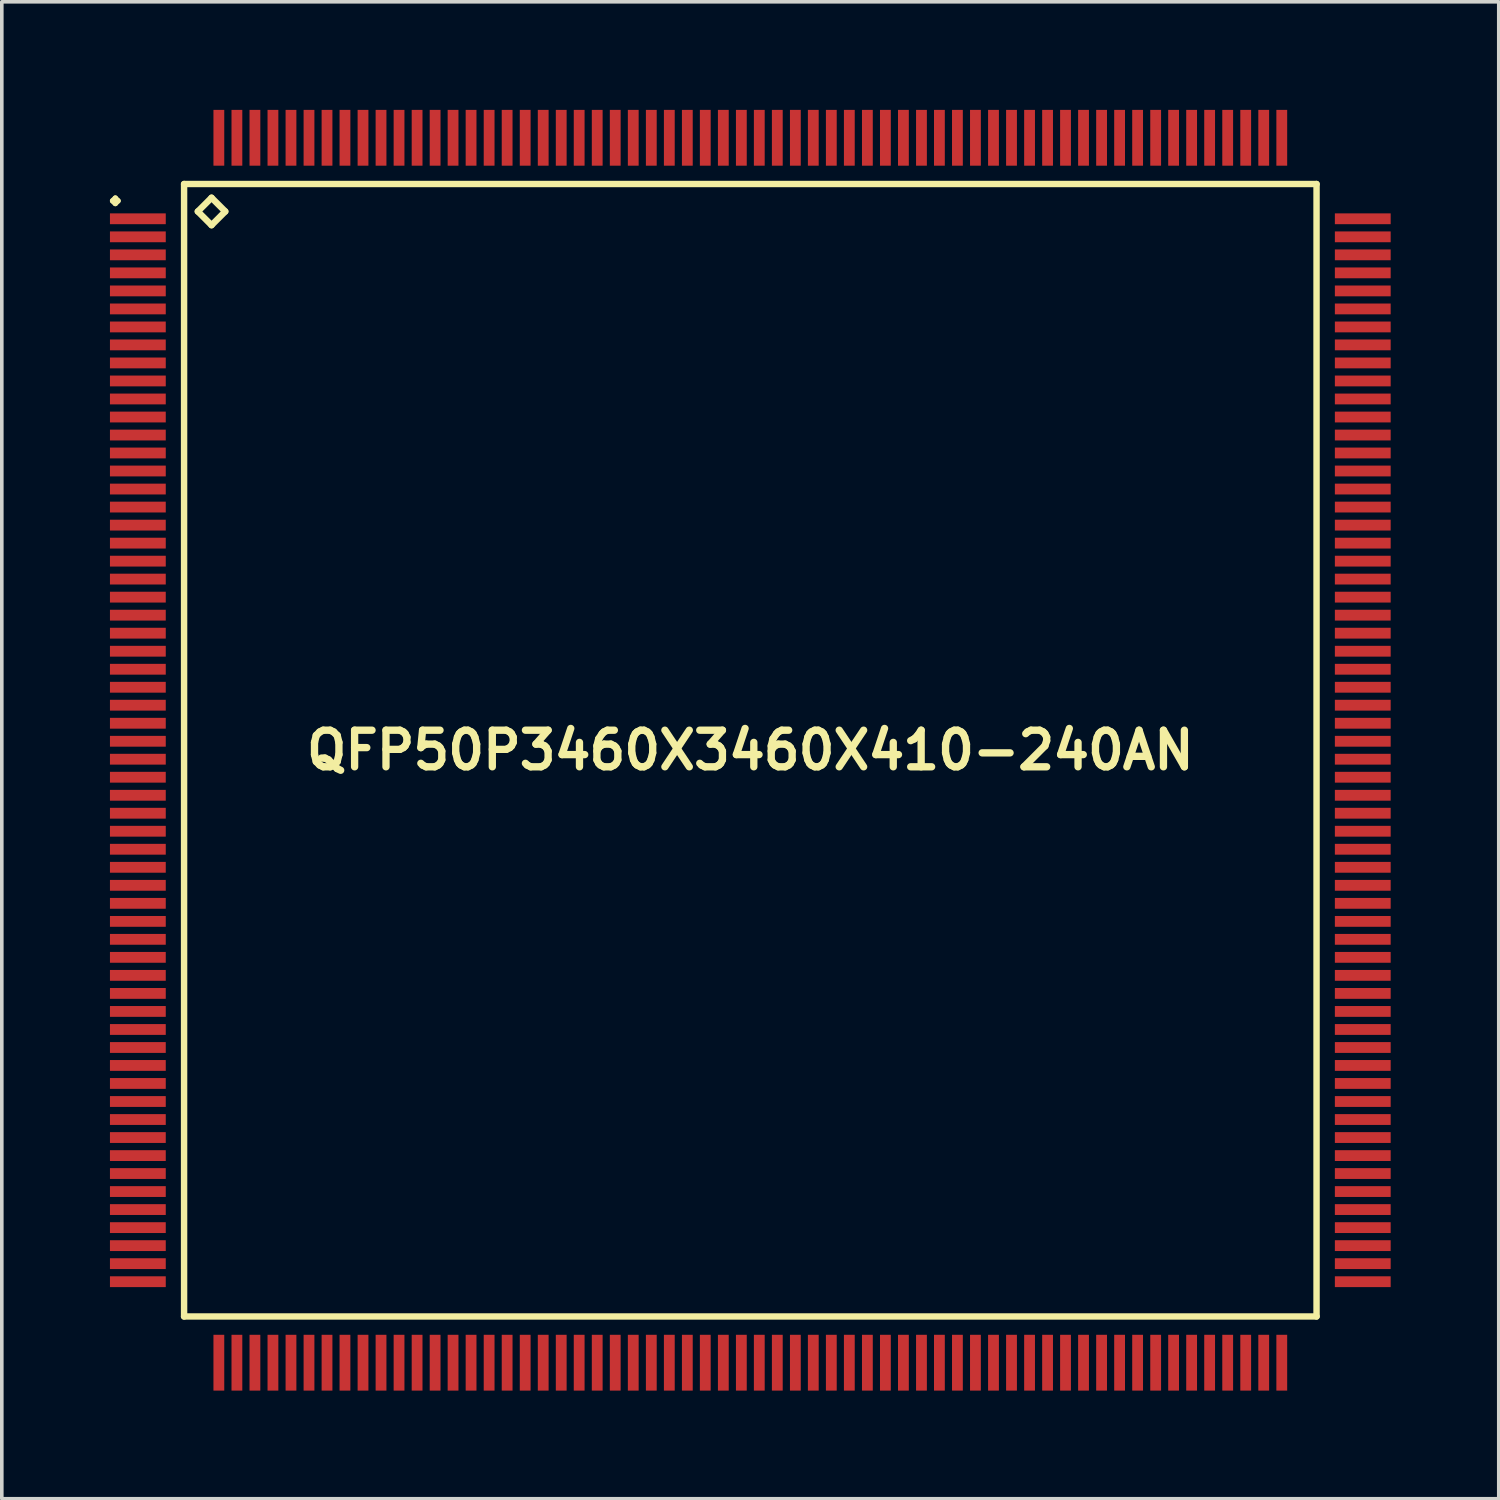
<source format=kicad_pcb>
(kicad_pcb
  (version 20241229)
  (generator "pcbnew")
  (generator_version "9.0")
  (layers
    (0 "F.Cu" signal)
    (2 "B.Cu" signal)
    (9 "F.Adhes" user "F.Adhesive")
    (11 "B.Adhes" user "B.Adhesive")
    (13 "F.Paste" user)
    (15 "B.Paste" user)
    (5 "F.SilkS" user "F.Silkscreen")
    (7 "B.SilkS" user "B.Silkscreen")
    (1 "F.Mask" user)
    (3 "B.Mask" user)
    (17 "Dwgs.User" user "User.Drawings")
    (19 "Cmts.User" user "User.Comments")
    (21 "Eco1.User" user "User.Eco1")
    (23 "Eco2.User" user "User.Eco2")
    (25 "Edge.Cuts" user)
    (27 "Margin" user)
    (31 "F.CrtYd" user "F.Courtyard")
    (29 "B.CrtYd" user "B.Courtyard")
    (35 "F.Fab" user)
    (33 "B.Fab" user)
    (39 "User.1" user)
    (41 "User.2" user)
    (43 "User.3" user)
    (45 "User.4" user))
  (footprint "QFP50P3460X3460X410-240AN"
    (layer "F.Cu")
    (at 17.774 17.772)
    (property "Reference" "QFP50P3460X3460X410-240AN" (at 0 0 0) (layer "F.SilkS") (effects (font (size 1.016 1.016) (thickness 0.203))))
    (attr smd)
    (fp_line (start -17.699 -15.248) (end -17.623 -15.324) (stroke (width 0.15) (type solid)) (layer "F.SilkS"))
    (fp_line (start -17.623 -15.324) (end -17.549 -15.248) (stroke (width 0.15) (type solid)) (layer "F.SilkS"))
    (fp_line (start -17.623 -15.174) (end -17.699 -15.248) (stroke (width 0.15) (type solid)) (layer "F.SilkS"))
    (fp_line (start -17.549 -15.248) (end -17.623 -15.174) (stroke (width 0.15) (type solid)) (layer "F.SilkS"))
    (fp_line (start -15.715 -15.715) (end -15.715 15.715) (stroke (width 0.178) (type solid)) (layer "F.SilkS"))
    (fp_line (start -15.715 15.715) (end 15.715 15.715) (stroke (width 0.178) (type solid)) (layer "F.SilkS"))
    (fp_line (start -15.334 -14.953) (end -14.953 -15.334) (stroke (width 0.178) (type solid)) (layer "F.SilkS"))
    (fp_line (start -14.953 -15.334) (end -14.572 -14.953) (stroke (width 0.178) (type solid)) (layer "F.SilkS"))
    (fp_line (start -14.953 -14.572) (end -15.334 -14.953) (stroke (width 0.178) (type solid)) (layer "F.SilkS"))
    (fp_line (start -14.572 -14.953) (end -14.953 -14.572) (stroke (width 0.178) (type solid)) (layer "F.SilkS"))
    (fp_line (start 15.715 -15.715) (end -15.715 -15.715) (stroke (width 0.178) (type solid)) (layer "F.SilkS"))
    (fp_line (start 15.715 15.715) (end 15.715 -15.715) (stroke (width 0.178) (type solid)) (layer "F.SilkS"))
    (pad "1" smd rect (at -16.998 -14.75) (size 1.549 0.3) (layers "F.Cu" "F.Mask" "F.Paste"))
    (pad "2" smd rect (at -16.998 -14.249) (size 1.549 0.3) (layers "F.Cu" "F.Mask" "F.Paste"))
    (pad "3" smd rect (at -16.998 -13.749) (size 1.549 0.3) (layers "F.Cu" "F.Mask" "F.Paste"))
    (pad "4" smd rect (at -16.998 -13.249) (size 1.549 0.3) (layers "F.Cu" "F.Mask" "F.Paste"))
    (pad "5" smd rect (at -16.998 -12.748) (size 1.549 0.3) (layers "F.Cu" "F.Mask" "F.Paste"))
    (pad "6" smd rect (at -16.998 -12.248) (size 1.549 0.3) (layers "F.Cu" "F.Mask" "F.Paste"))
    (pad "7" smd rect (at -16.998 -11.748) (size 1.549 0.3) (layers "F.Cu" "F.Mask" "F.Paste"))
    (pad "8" smd rect (at -16.998 -11.25) (size 1.549 0.3) (layers "F.Cu" "F.Mask" "F.Paste"))
    (pad "9" smd rect (at -16.998 -10.749) (size 1.549 0.3) (layers "F.Cu" "F.Mask" "F.Paste"))
    (pad "10" smd rect (at -16.998 -10.249) (size 1.549 0.3) (layers "F.Cu" "F.Mask" "F.Paste"))
    (pad "11" smd rect (at -16.998 -9.749) (size 1.549 0.3) (layers "F.Cu" "F.Mask" "F.Paste"))
    (pad "12" smd rect (at -16.998 -9.248) (size 1.549 0.3) (layers "F.Cu" "F.Mask" "F.Paste"))
    (pad "13" smd rect (at -16.998 -8.748) (size 1.549 0.3) (layers "F.Cu" "F.Mask" "F.Paste"))
    (pad "14" smd rect (at -16.998 -8.25) (size 1.549 0.3) (layers "F.Cu" "F.Mask" "F.Paste"))
    (pad "15" smd rect (at -16.998 -7.75) (size 1.549 0.3) (layers "F.Cu" "F.Mask" "F.Paste"))
    (pad "16" smd rect (at -16.998 -7.249) (size 1.549 0.3) (layers "F.Cu" "F.Mask" "F.Paste"))
    (pad "17" smd rect (at -16.998 -6.749) (size 1.549 0.3) (layers "F.Cu" "F.Mask" "F.Paste"))
    (pad "18" smd rect (at -16.998 -6.248) (size 1.549 0.3) (layers "F.Cu" "F.Mask" "F.Paste"))
    (pad "19" smd rect (at -16.998 -5.748) (size 1.549 0.3) (layers "F.Cu" "F.Mask" "F.Paste"))
    (pad "20" smd rect (at -16.998 -5.248) (size 1.549 0.3) (layers "F.Cu" "F.Mask" "F.Paste"))
    (pad "21" smd rect (at -16.998 -4.75) (size 1.549 0.3) (layers "F.Cu" "F.Mask" "F.Paste"))
    (pad "22" smd rect (at -16.998 -4.249) (size 1.549 0.3) (layers "F.Cu" "F.Mask" "F.Paste"))
    (pad "23" smd rect (at -16.998 -3.749) (size 1.549 0.3) (layers "F.Cu" "F.Mask" "F.Paste"))
    (pad "24" smd rect (at -16.998 -3.249) (size 1.549 0.3) (layers "F.Cu" "F.Mask" "F.Paste"))
    (pad "25" smd rect (at -16.998 -2.748) (size 1.549 0.3) (layers "F.Cu" "F.Mask" "F.Paste"))
    (pad "26" smd rect (at -16.998 -2.248) (size 1.549 0.3) (layers "F.Cu" "F.Mask" "F.Paste"))
    (pad "27" smd rect (at -16.998 -1.748) (size 1.549 0.3) (layers "F.Cu" "F.Mask" "F.Paste"))
    (pad "28" smd rect (at -16.998 -1.25) (size 1.549 0.3) (layers "F.Cu" "F.Mask" "F.Paste"))
    (pad "29" smd rect (at -16.998 -0.749) (size 1.549 0.3) (layers "F.Cu" "F.Mask" "F.Paste"))
    (pad "30" smd rect (at -16.998 -0.249) (size 1.549 0.3) (layers "F.Cu" "F.Mask" "F.Paste"))
    (pad "31" smd rect (at -16.998 0.249) (size 1.549 0.3) (layers "F.Cu" "F.Mask" "F.Paste"))
    (pad "32" smd rect (at -16.998 0.749) (size 1.549 0.3) (layers "F.Cu" "F.Mask" "F.Paste"))
    (pad "33" smd rect (at -16.998 1.25) (size 1.549 0.3) (layers "F.Cu" "F.Mask" "F.Paste"))
    (pad "34" smd rect (at -16.998 1.748) (size 1.549 0.3) (layers "F.Cu" "F.Mask" "F.Paste"))
    (pad "35" smd rect (at -16.998 2.248) (size 1.549 0.3) (layers "F.Cu" "F.Mask" "F.Paste"))
    (pad "36" smd rect (at -16.998 2.748) (size 1.549 0.3) (layers "F.Cu" "F.Mask" "F.Paste"))
    (pad "37" smd rect (at -16.998 3.249) (size 1.549 0.3) (layers "F.Cu" "F.Mask" "F.Paste"))
    (pad "38" smd rect (at -16.998 3.749) (size 1.549 0.3) (layers "F.Cu" "F.Mask" "F.Paste"))
    (pad "39" smd rect (at -16.998 4.249) (size 1.549 0.3) (layers "F.Cu" "F.Mask" "F.Paste"))
    (pad "40" smd rect (at -16.998 4.75) (size 1.549 0.3) (layers "F.Cu" "F.Mask" "F.Paste"))
    (pad "41" smd rect (at -16.998 5.248) (size 1.549 0.3) (layers "F.Cu" "F.Mask" "F.Paste"))
    (pad "42" smd rect (at -16.998 5.748) (size 1.549 0.3) (layers "F.Cu" "F.Mask" "F.Paste"))
    (pad "43" smd rect (at -16.998 6.248) (size 1.549 0.3) (layers "F.Cu" "F.Mask" "F.Paste"))
    (pad "44" smd rect (at -16.998 6.749) (size 1.549 0.3) (layers "F.Cu" "F.Mask" "F.Paste"))
    (pad "45" smd rect (at -16.998 7.249) (size 1.549 0.3) (layers "F.Cu" "F.Mask" "F.Paste"))
    (pad "46" smd rect (at -16.998 7.75) (size 1.549 0.3) (layers "F.Cu" "F.Mask" "F.Paste"))
    (pad "47" smd rect (at -16.998 8.25) (size 1.549 0.3) (layers "F.Cu" "F.Mask" "F.Paste"))
    (pad "48" smd rect (at -16.998 8.748) (size 1.549 0.3) (layers "F.Cu" "F.Mask" "F.Paste"))
    (pad "49" smd rect (at -16.998 9.248) (size 1.549 0.3) (layers "F.Cu" "F.Mask" "F.Paste"))
    (pad "50" smd rect (at -16.998 9.749) (size 1.549 0.3) (layers "F.Cu" "F.Mask" "F.Paste"))
    (pad "51" smd rect (at -16.998 10.249) (size 1.549 0.3) (layers "F.Cu" "F.Mask" "F.Paste"))
    (pad "52" smd rect (at -16.998 10.749) (size 1.549 0.3) (layers "F.Cu" "F.Mask" "F.Paste"))
    (pad "53" smd rect (at -16.998 11.25) (size 1.549 0.3) (layers "F.Cu" "F.Mask" "F.Paste"))
    (pad "54" smd rect (at -16.998 11.748) (size 1.549 0.3) (layers "F.Cu" "F.Mask" "F.Paste"))
    (pad "55" smd rect (at -16.998 12.248) (size 1.549 0.3) (layers "F.Cu" "F.Mask" "F.Paste"))
    (pad "56" smd rect (at -16.998 12.748) (size 1.549 0.3) (layers "F.Cu" "F.Mask" "F.Paste"))
    (pad "57" smd rect (at -16.998 13.249) (size 1.549 0.3) (layers "F.Cu" "F.Mask" "F.Paste"))
    (pad "58" smd rect (at -16.998 13.749) (size 1.549 0.3) (layers "F.Cu" "F.Mask" "F.Paste"))
    (pad "59" smd rect (at -16.998 14.249) (size 1.549 0.3) (layers "F.Cu" "F.Mask" "F.Paste"))
    (pad "60" smd rect (at -16.998 14.75) (size 1.549 0.3) (layers "F.Cu" "F.Mask" "F.Paste"))
    (pad "61" smd rect (at -14.75 16.998) (size 0.3 1.549) (layers "F.Cu" "F.Mask" "F.Paste"))
    (pad "62" smd rect (at -14.249 16.998) (size 0.3 1.549) (layers "F.Cu" "F.Mask" "F.Paste"))
    (pad "63" smd rect (at -13.749 16.998) (size 0.3 1.549) (layers "F.Cu" "F.Mask" "F.Paste"))
    (pad "64" smd rect (at -13.249 16.998) (size 0.3 1.549) (layers "F.Cu" "F.Mask" "F.Paste"))
    (pad "65" smd rect (at -12.748 16.998) (size 0.3 1.549) (layers "F.Cu" "F.Mask" "F.Paste"))
    (pad "66" smd rect (at -12.248 16.998) (size 0.3 1.549) (layers "F.Cu" "F.Mask" "F.Paste"))
    (pad "67" smd rect (at -11.748 16.998) (size 0.3 1.549) (layers "F.Cu" "F.Mask" "F.Paste"))
    (pad "68" smd rect (at -11.25 16.998) (size 0.3 1.549) (layers "F.Cu" "F.Mask" "F.Paste"))
    (pad "69" smd rect (at -10.749 16.998) (size 0.3 1.549) (layers "F.Cu" "F.Mask" "F.Paste"))
    (pad "70" smd rect (at -10.249 16.998) (size 0.3 1.549) (layers "F.Cu" "F.Mask" "F.Paste"))
    (pad "71" smd rect (at -9.749 16.998) (size 0.3 1.549) (layers "F.Cu" "F.Mask" "F.Paste"))
    (pad "72" smd rect (at -9.248 16.998) (size 0.3 1.549) (layers "F.Cu" "F.Mask" "F.Paste"))
    (pad "73" smd rect (at -8.748 16.998) (size 0.3 1.549) (layers "F.Cu" "F.Mask" "F.Paste"))
    (pad "74" smd rect (at -8.25 16.998) (size 0.3 1.549) (layers "F.Cu" "F.Mask" "F.Paste"))
    (pad "75" smd rect (at -7.75 16.998) (size 0.3 1.549) (layers "F.Cu" "F.Mask" "F.Paste"))
    (pad "76" smd rect (at -7.249 16.998) (size 0.3 1.549) (layers "F.Cu" "F.Mask" "F.Paste"))
    (pad "77" smd rect (at -6.749 16.998) (size 0.3 1.549) (layers "F.Cu" "F.Mask" "F.Paste"))
    (pad "78" smd rect (at -6.248 16.998) (size 0.3 1.549) (layers "F.Cu" "F.Mask" "F.Paste"))
    (pad "79" smd rect (at -5.748 16.998) (size 0.3 1.549) (layers "F.Cu" "F.Mask" "F.Paste"))
    (pad "80" smd rect (at -5.248 16.998) (size 0.3 1.549) (layers "F.Cu" "F.Mask" "F.Paste"))
    (pad "81" smd rect (at -4.75 16.998) (size 0.3 1.549) (layers "F.Cu" "F.Mask" "F.Paste"))
    (pad "82" smd rect (at -4.249 16.998) (size 0.3 1.549) (layers "F.Cu" "F.Mask" "F.Paste"))
    (pad "83" smd rect (at -3.749 16.998) (size 0.3 1.549) (layers "F.Cu" "F.Mask" "F.Paste"))
    (pad "84" smd rect (at -3.249 16.998) (size 0.3 1.549) (layers "F.Cu" "F.Mask" "F.Paste"))
    (pad "85" smd rect (at -2.748 16.998) (size 0.3 1.549) (layers "F.Cu" "F.Mask" "F.Paste"))
    (pad "86" smd rect (at -2.248 16.998) (size 0.3 1.549) (layers "F.Cu" "F.Mask" "F.Paste"))
    (pad "87" smd rect (at -1.748 16.998) (size 0.3 1.549) (layers "F.Cu" "F.Mask" "F.Paste"))
    (pad "88" smd rect (at -1.25 16.998) (size 0.3 1.549) (layers "F.Cu" "F.Mask" "F.Paste"))
    (pad "89" smd rect (at -0.749 16.998) (size 0.3 1.549) (layers "F.Cu" "F.Mask" "F.Paste"))
    (pad "90" smd rect (at -0.249 16.998) (size 0.3 1.549) (layers "F.Cu" "F.Mask" "F.Paste"))
    (pad "91" smd rect (at 0.249 16.998) (size 0.3 1.549) (layers "F.Cu" "F.Mask" "F.Paste"))
    (pad "92" smd rect (at 0.749 16.998) (size 0.3 1.549) (layers "F.Cu" "F.Mask" "F.Paste"))
    (pad "93" smd rect (at 1.25 16.998) (size 0.3 1.549) (layers "F.Cu" "F.Mask" "F.Paste"))
    (pad "94" smd rect (at 1.748 16.998) (size 0.3 1.549) (layers "F.Cu" "F.Mask" "F.Paste"))
    (pad "95" smd rect (at 2.248 16.998) (size 0.3 1.549) (layers "F.Cu" "F.Mask" "F.Paste"))
    (pad "96" smd rect (at 2.748 16.998) (size 0.3 1.549) (layers "F.Cu" "F.Mask" "F.Paste"))
    (pad "97" smd rect (at 3.249 16.998) (size 0.3 1.549) (layers "F.Cu" "F.Mask" "F.Paste"))
    (pad "98" smd rect (at 3.749 16.998) (size 0.3 1.549) (layers "F.Cu" "F.Mask" "F.Paste"))
    (pad "99" smd rect (at 4.249 16.998) (size 0.3 1.549) (layers "F.Cu" "F.Mask" "F.Paste"))
    (pad "100" smd rect (at 4.75 16.998) (size 0.3 1.549) (layers "F.Cu" "F.Mask" "F.Paste"))
    (pad "101" smd rect (at 5.248 16.998) (size 0.3 1.549) (layers "F.Cu" "F.Mask" "F.Paste"))
    (pad "102" smd rect (at 5.748 16.998) (size 0.3 1.549) (layers "F.Cu" "F.Mask" "F.Paste"))
    (pad "103" smd rect (at 6.248 16.998) (size 0.3 1.549) (layers "F.Cu" "F.Mask" "F.Paste"))
    (pad "104" smd rect (at 6.749 16.998) (size 0.3 1.549) (layers "F.Cu" "F.Mask" "F.Paste"))
    (pad "105" smd rect (at 7.249 16.998) (size 0.3 1.549) (layers "F.Cu" "F.Mask" "F.Paste"))
    (pad "106" smd rect (at 7.75 16.998) (size 0.3 1.549) (layers "F.Cu" "F.Mask" "F.Paste"))
    (pad "107" smd rect (at 8.25 16.998) (size 0.3 1.549) (layers "F.Cu" "F.Mask" "F.Paste"))
    (pad "108" smd rect (at 8.748 16.998) (size 0.3 1.549) (layers "F.Cu" "F.Mask" "F.Paste"))
    (pad "109" smd rect (at 9.248 16.998) (size 0.3 1.549) (layers "F.Cu" "F.Mask" "F.Paste"))
    (pad "110" smd rect (at 9.749 16.998) (size 0.3 1.549) (layers "F.Cu" "F.Mask" "F.Paste"))
    (pad "111" smd rect (at 10.249 16.998) (size 0.3 1.549) (layers "F.Cu" "F.Mask" "F.Paste"))
    (pad "112" smd rect (at 10.749 16.998) (size 0.3 1.549) (layers "F.Cu" "F.Mask" "F.Paste"))
    (pad "113" smd rect (at 11.25 16.998) (size 0.3 1.549) (layers "F.Cu" "F.Mask" "F.Paste"))
    (pad "114" smd rect (at 11.748 16.998) (size 0.3 1.549) (layers "F.Cu" "F.Mask" "F.Paste"))
    (pad "115" smd rect (at 12.248 16.998) (size 0.3 1.549) (layers "F.Cu" "F.Mask" "F.Paste"))
    (pad "116" smd rect (at 12.748 16.998) (size 0.3 1.549) (layers "F.Cu" "F.Mask" "F.Paste"))
    (pad "117" smd rect (at 13.249 16.998) (size 0.3 1.549) (layers "F.Cu" "F.Mask" "F.Paste"))
    (pad "118" smd rect (at 13.749 16.998) (size 0.3 1.549) (layers "F.Cu" "F.Mask" "F.Paste"))
    (pad "119" smd rect (at 14.249 16.998) (size 0.3 1.549) (layers "F.Cu" "F.Mask" "F.Paste"))
    (pad "120" smd rect (at 14.75 16.998) (size 0.3 1.549) (layers "F.Cu" "F.Mask" "F.Paste"))
    (pad "121" smd rect (at 16.998 14.75) (size 1.549 0.3) (layers "F.Cu" "F.Mask" "F.Paste"))
    (pad "122" smd rect (at 16.998 14.249) (size 1.549 0.3) (layers "F.Cu" "F.Mask" "F.Paste"))
    (pad "123" smd rect (at 16.998 13.749) (size 1.549 0.3) (layers "F.Cu" "F.Mask" "F.Paste"))
    (pad "124" smd rect (at 16.998 13.249) (size 1.549 0.3) (layers "F.Cu" "F.Mask" "F.Paste"))
    (pad "125" smd rect (at 16.998 12.748) (size 1.549 0.3) (layers "F.Cu" "F.Mask" "F.Paste"))
    (pad "126" smd rect (at 16.998 12.248) (size 1.549 0.3) (layers "F.Cu" "F.Mask" "F.Paste"))
    (pad "127" smd rect (at 16.998 11.748) (size 1.549 0.3) (layers "F.Cu" "F.Mask" "F.Paste"))
    (pad "128" smd rect (at 16.998 11.25) (size 1.549 0.3) (layers "F.Cu" "F.Mask" "F.Paste"))
    (pad "129" smd rect (at 16.998 10.749) (size 1.549 0.3) (layers "F.Cu" "F.Mask" "F.Paste"))
    (pad "130" smd rect (at 16.998 10.249) (size 1.549 0.3) (layers "F.Cu" "F.Mask" "F.Paste"))
    (pad "131" smd rect (at 16.998 9.749) (size 1.549 0.3) (layers "F.Cu" "F.Mask" "F.Paste"))
    (pad "132" smd rect (at 16.998 9.248) (size 1.549 0.3) (layers "F.Cu" "F.Mask" "F.Paste"))
    (pad "133" smd rect (at 16.998 8.748) (size 1.549 0.3) (layers "F.Cu" "F.Mask" "F.Paste"))
    (pad "134" smd rect (at 16.998 8.25) (size 1.549 0.3) (layers "F.Cu" "F.Mask" "F.Paste"))
    (pad "135" smd rect (at 16.998 7.75) (size 1.549 0.3) (layers "F.Cu" "F.Mask" "F.Paste"))
    (pad "136" smd rect (at 16.998 7.249) (size 1.549 0.3) (layers "F.Cu" "F.Mask" "F.Paste"))
    (pad "137" smd rect (at 16.998 6.749) (size 1.549 0.3) (layers "F.Cu" "F.Mask" "F.Paste"))
    (pad "138" smd rect (at 16.998 6.248) (size 1.549 0.3) (layers "F.Cu" "F.Mask" "F.Paste"))
    (pad "139" smd rect (at 16.998 5.748) (size 1.549 0.3) (layers "F.Cu" "F.Mask" "F.Paste"))
    (pad "140" smd rect (at 16.998 5.248) (size 1.549 0.3) (layers "F.Cu" "F.Mask" "F.Paste"))
    (pad "141" smd rect (at 16.998 4.75) (size 1.549 0.3) (layers "F.Cu" "F.Mask" "F.Paste"))
    (pad "142" smd rect (at 16.998 4.249) (size 1.549 0.3) (layers "F.Cu" "F.Mask" "F.Paste"))
    (pad "143" smd rect (at 16.998 3.749) (size 1.549 0.3) (layers "F.Cu" "F.Mask" "F.Paste"))
    (pad "144" smd rect (at 16.998 3.249) (size 1.549 0.3) (layers "F.Cu" "F.Mask" "F.Paste"))
    (pad "145" smd rect (at 16.998 2.748) (size 1.549 0.3) (layers "F.Cu" "F.Mask" "F.Paste"))
    (pad "146" smd rect (at 16.998 2.248) (size 1.549 0.3) (layers "F.Cu" "F.Mask" "F.Paste"))
    (pad "147" smd rect (at 16.998 1.748) (size 1.549 0.3) (layers "F.Cu" "F.Mask" "F.Paste"))
    (pad "148" smd rect (at 16.998 1.25) (size 1.549 0.3) (layers "F.Cu" "F.Mask" "F.Paste"))
    (pad "149" smd rect (at 16.998 0.749) (size 1.549 0.3) (layers "F.Cu" "F.Mask" "F.Paste"))
    (pad "150" smd rect (at 16.998 0.249) (size 1.549 0.3) (layers "F.Cu" "F.Mask" "F.Paste"))
    (pad "151" smd rect (at 16.998 -0.249) (size 1.549 0.3) (layers "F.Cu" "F.Mask" "F.Paste"))
    (pad "152" smd rect (at 16.998 -0.749) (size 1.549 0.3) (layers "F.Cu" "F.Mask" "F.Paste"))
    (pad "153" smd rect (at 16.998 -1.25) (size 1.549 0.3) (layers "F.Cu" "F.Mask" "F.Paste"))
    (pad "154" smd rect (at 16.998 -1.748) (size 1.549 0.3) (layers "F.Cu" "F.Mask" "F.Paste"))
    (pad "155" smd rect (at 16.998 -2.248) (size 1.549 0.3) (layers "F.Cu" "F.Mask" "F.Paste"))
    (pad "156" smd rect (at 16.998 -2.748) (size 1.549 0.3) (layers "F.Cu" "F.Mask" "F.Paste"))
    (pad "157" smd rect (at 16.998 -3.249) (size 1.549 0.3) (layers "F.Cu" "F.Mask" "F.Paste"))
    (pad "158" smd rect (at 16.998 -3.749) (size 1.549 0.3) (layers "F.Cu" "F.Mask" "F.Paste"))
    (pad "159" smd rect (at 16.998 -4.249) (size 1.549 0.3) (layers "F.Cu" "F.Mask" "F.Paste"))
    (pad "160" smd rect (at 16.998 -4.75) (size 1.549 0.3) (layers "F.Cu" "F.Mask" "F.Paste"))
    (pad "161" smd rect (at 16.998 -5.248) (size 1.549 0.3) (layers "F.Cu" "F.Mask" "F.Paste"))
    (pad "162" smd rect (at 16.998 -5.748) (size 1.549 0.3) (layers "F.Cu" "F.Mask" "F.Paste"))
    (pad "163" smd rect (at 16.998 -6.248) (size 1.549 0.3) (layers "F.Cu" "F.Mask" "F.Paste"))
    (pad "164" smd rect (at 16.998 -6.749) (size 1.549 0.3) (layers "F.Cu" "F.Mask" "F.Paste"))
    (pad "165" smd rect (at 16.998 -7.249) (size 1.549 0.3) (layers "F.Cu" "F.Mask" "F.Paste"))
    (pad "166" smd rect (at 16.998 -7.75) (size 1.549 0.3) (layers "F.Cu" "F.Mask" "F.Paste"))
    (pad "167" smd rect (at 16.998 -8.25) (size 1.549 0.3) (layers "F.Cu" "F.Mask" "F.Paste"))
    (pad "168" smd rect (at 16.998 -8.748) (size 1.549 0.3) (layers "F.Cu" "F.Mask" "F.Paste"))
    (pad "169" smd rect (at 16.998 -9.248) (size 1.549 0.3) (layers "F.Cu" "F.Mask" "F.Paste"))
    (pad "170" smd rect (at 16.998 -9.749) (size 1.549 0.3) (layers "F.Cu" "F.Mask" "F.Paste"))
    (pad "171" smd rect (at 16.998 -10.249) (size 1.549 0.3) (layers "F.Cu" "F.Mask" "F.Paste"))
    (pad "172" smd rect (at 16.998 -10.749) (size 1.549 0.3) (layers "F.Cu" "F.Mask" "F.Paste"))
    (pad "173" smd rect (at 16.998 -11.25) (size 1.549 0.3) (layers "F.Cu" "F.Mask" "F.Paste"))
    (pad "174" smd rect (at 16.998 -11.748) (size 1.549 0.3) (layers "F.Cu" "F.Mask" "F.Paste"))
    (pad "175" smd rect (at 16.998 -12.248) (size 1.549 0.3) (layers "F.Cu" "F.Mask" "F.Paste"))
    (pad "176" smd rect (at 16.998 -12.748) (size 1.549 0.3) (layers "F.Cu" "F.Mask" "F.Paste"))
    (pad "177" smd rect (at 16.998 -13.249) (size 1.549 0.3) (layers "F.Cu" "F.Mask" "F.Paste"))
    (pad "178" smd rect (at 16.998 -13.749) (size 1.549 0.3) (layers "F.Cu" "F.Mask" "F.Paste"))
    (pad "179" smd rect (at 16.998 -14.249) (size 1.549 0.3) (layers "F.Cu" "F.Mask" "F.Paste"))
    (pad "180" smd rect (at 16.998 -14.75) (size 1.549 0.3) (layers "F.Cu" "F.Mask" "F.Paste"))
    (pad "181" smd rect (at 14.75 -16.998) (size 0.3 1.549) (layers "F.Cu" "F.Mask" "F.Paste"))
    (pad "182" smd rect (at 14.249 -16.998) (size 0.3 1.549) (layers "F.Cu" "F.Mask" "F.Paste"))
    (pad "183" smd rect (at 13.749 -16.998) (size 0.3 1.549) (layers "F.Cu" "F.Mask" "F.Paste"))
    (pad "184" smd rect (at 13.249 -16.998) (size 0.3 1.549) (layers "F.Cu" "F.Mask" "F.Paste"))
    (pad "185" smd rect (at 12.748 -16.998) (size 0.3 1.549) (layers "F.Cu" "F.Mask" "F.Paste"))
    (pad "186" smd rect (at 12.248 -16.998) (size 0.3 1.549) (layers "F.Cu" "F.Mask" "F.Paste"))
    (pad "187" smd rect (at 11.748 -16.998) (size 0.3 1.549) (layers "F.Cu" "F.Mask" "F.Paste"))
    (pad "188" smd rect (at 11.25 -16.998) (size 0.3 1.549) (layers "F.Cu" "F.Mask" "F.Paste"))
    (pad "189" smd rect (at 10.749 -16.998) (size 0.3 1.549) (layers "F.Cu" "F.Mask" "F.Paste"))
    (pad "190" smd rect (at 10.249 -16.998) (size 0.3 1.549) (layers "F.Cu" "F.Mask" "F.Paste"))
    (pad "191" smd rect (at 9.749 -16.998) (size 0.3 1.549) (layers "F.Cu" "F.Mask" "F.Paste"))
    (pad "192" smd rect (at 9.248 -16.998) (size 0.3 1.549) (layers "F.Cu" "F.Mask" "F.Paste"))
    (pad "193" smd rect (at 8.748 -16.998) (size 0.3 1.549) (layers "F.Cu" "F.Mask" "F.Paste"))
    (pad "194" smd rect (at 8.25 -16.998) (size 0.3 1.549) (layers "F.Cu" "F.Mask" "F.Paste"))
    (pad "195" smd rect (at 7.75 -16.998) (size 0.3 1.549) (layers "F.Cu" "F.Mask" "F.Paste"))
    (pad "196" smd rect (at 7.249 -16.998) (size 0.3 1.549) (layers "F.Cu" "F.Mask" "F.Paste"))
    (pad "197" smd rect (at 6.749 -16.998) (size 0.3 1.549) (layers "F.Cu" "F.Mask" "F.Paste"))
    (pad "198" smd rect (at 6.248 -16.998) (size 0.3 1.549) (layers "F.Cu" "F.Mask" "F.Paste"))
    (pad "199" smd rect (at 5.748 -16.998) (size 0.3 1.549) (layers "F.Cu" "F.Mask" "F.Paste"))
    (pad "200" smd rect (at 5.248 -16.998) (size 0.3 1.549) (layers "F.Cu" "F.Mask" "F.Paste"))
    (pad "201" smd rect (at 4.75 -16.998) (size 0.3 1.549) (layers "F.Cu" "F.Mask" "F.Paste"))
    (pad "202" smd rect (at 4.249 -16.998) (size 0.3 1.549) (layers "F.Cu" "F.Mask" "F.Paste"))
    (pad "203" smd rect (at 3.749 -16.998) (size 0.3 1.549) (layers "F.Cu" "F.Mask" "F.Paste"))
    (pad "204" smd rect (at 3.249 -16.998) (size 0.3 1.549) (layers "F.Cu" "F.Mask" "F.Paste"))
    (pad "205" smd rect (at 2.748 -16.998) (size 0.3 1.549) (layers "F.Cu" "F.Mask" "F.Paste"))
    (pad "206" smd rect (at 2.248 -16.998) (size 0.3 1.549) (layers "F.Cu" "F.Mask" "F.Paste"))
    (pad "207" smd rect (at 1.748 -16.998) (size 0.3 1.549) (layers "F.Cu" "F.Mask" "F.Paste"))
    (pad "208" smd rect (at 1.25 -16.998) (size 0.3 1.549) (layers "F.Cu" "F.Mask" "F.Paste"))
    (pad "209" smd rect (at 0.749 -16.998) (size 0.3 1.549) (layers "F.Cu" "F.Mask" "F.Paste"))
    (pad "210" smd rect (at 0.249 -16.998) (size 0.3 1.549) (layers "F.Cu" "F.Mask" "F.Paste"))
    (pad "211" smd rect (at -0.249 -16.998) (size 0.3 1.549) (layers "F.Cu" "F.Mask" "F.Paste"))
    (pad "212" smd rect (at -0.749 -16.998) (size 0.3 1.549) (layers "F.Cu" "F.Mask" "F.Paste"))
    (pad "213" smd rect (at -1.25 -16.998) (size 0.3 1.549) (layers "F.Cu" "F.Mask" "F.Paste"))
    (pad "214" smd rect (at -1.748 -16.998) (size 0.3 1.549) (layers "F.Cu" "F.Mask" "F.Paste"))
    (pad "215" smd rect (at -2.248 -16.998) (size 0.3 1.549) (layers "F.Cu" "F.Mask" "F.Paste"))
    (pad "216" smd rect (at -2.748 -16.998) (size 0.3 1.549) (layers "F.Cu" "F.Mask" "F.Paste"))
    (pad "217" smd rect (at -3.249 -16.998) (size 0.3 1.549) (layers "F.Cu" "F.Mask" "F.Paste"))
    (pad "218" smd rect (at -3.749 -16.998) (size 0.3 1.549) (layers "F.Cu" "F.Mask" "F.Paste"))
    (pad "219" smd rect (at -4.249 -16.998) (size 0.3 1.549) (layers "F.Cu" "F.Mask" "F.Paste"))
    (pad "220" smd rect (at -4.75 -16.998) (size 0.3 1.549) (layers "F.Cu" "F.Mask" "F.Paste"))
    (pad "221" smd rect (at -5.248 -16.998) (size 0.3 1.549) (layers "F.Cu" "F.Mask" "F.Paste"))
    (pad "222" smd rect (at -5.748 -16.998) (size 0.3 1.549) (layers "F.Cu" "F.Mask" "F.Paste"))
    (pad "223" smd rect (at -6.248 -16.998) (size 0.3 1.549) (layers "F.Cu" "F.Mask" "F.Paste"))
    (pad "224" smd rect (at -6.749 -16.998) (size 0.3 1.549) (layers "F.Cu" "F.Mask" "F.Paste"))
    (pad "225" smd rect (at -7.249 -16.998) (size 0.3 1.549) (layers "F.Cu" "F.Mask" "F.Paste"))
    (pad "226" smd rect (at -7.75 -16.998) (size 0.3 1.549) (layers "F.Cu" "F.Mask" "F.Paste"))
    (pad "227" smd rect (at -8.25 -16.998) (size 0.3 1.549) (layers "F.Cu" "F.Mask" "F.Paste"))
    (pad "228" smd rect (at -8.748 -16.998) (size 0.3 1.549) (layers "F.Cu" "F.Mask" "F.Paste"))
    (pad "229" smd rect (at -9.248 -16.998) (size 0.3 1.549) (layers "F.Cu" "F.Mask" "F.Paste"))
    (pad "230" smd rect (at -9.749 -16.998) (size 0.3 1.549) (layers "F.Cu" "F.Mask" "F.Paste"))
    (pad "231" smd rect (at -10.249 -16.998) (size 0.3 1.549) (layers "F.Cu" "F.Mask" "F.Paste"))
    (pad "232" smd rect (at -10.749 -16.998) (size 0.3 1.549) (layers "F.Cu" "F.Mask" "F.Paste"))
    (pad "233" smd rect (at -11.25 -16.998) (size 0.3 1.549) (layers "F.Cu" "F.Mask" "F.Paste"))
    (pad "234" smd rect (at -11.748 -16.998) (size 0.3 1.549) (layers "F.Cu" "F.Mask" "F.Paste"))
    (pad "235" smd rect (at -12.248 -16.998) (size 0.3 1.549) (layers "F.Cu" "F.Mask" "F.Paste"))
    (pad "236" smd rect (at -12.748 -16.998) (size 0.3 1.549) (layers "F.Cu" "F.Mask" "F.Paste"))
    (pad "237" smd rect (at -13.249 -16.998) (size 0.3 1.549) (layers "F.Cu" "F.Mask" "F.Paste"))
    (pad "238" smd rect (at -13.749 -16.998) (size 0.3 1.549) (layers "F.Cu" "F.Mask" "F.Paste"))
    (pad "239" smd rect (at -14.249 -16.998) (size 0.3 1.549) (layers "F.Cu" "F.Mask" "F.Paste"))
    (pad "240" smd rect (at -14.75 -16.998) (size 0.3 1.549) (layers "F.Cu" "F.Mask" "F.Paste")))
  (gr_rect
    (start -3 -3)
    (end 38.546 38.545)
    (stroke (width 0.1) (type default))
    (fill no)
    (layer "Edge.Cuts")))
</source>
